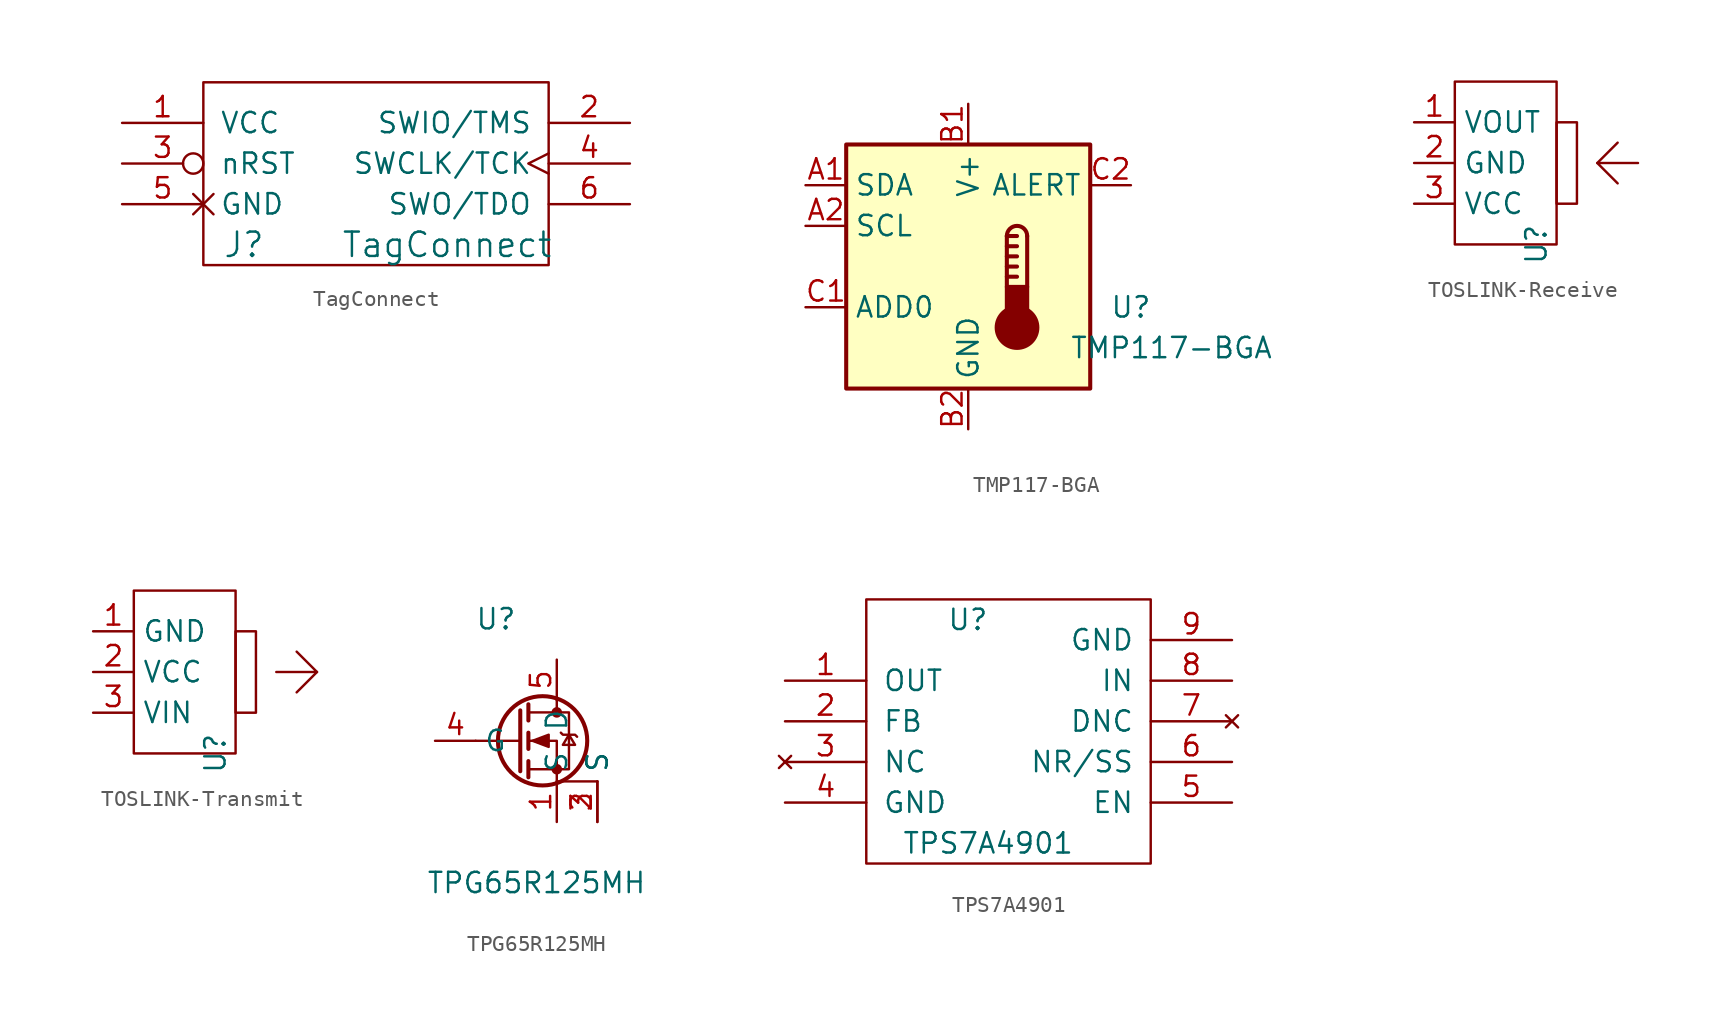
<source format=kicad_sym>
(kicad_symbol_lib
  (version 20220914)
  (generator kicad_symbol_editor)
  (symbol "TagConnect"
    (pin_names
      (offset 1.016))
    (property "Reference" "J"
      (at -7.62 -3.81 0)
      (effects (font (size 1.524 1.524))))
    (property "Value" "TagConnect"
      (at 5.08 -3.81 0)
      (effects (font (size 1.524 1.524))))
    (property "Footprint" ""
      (at -3.81 1.27 0)
      (effects (font (size 1.524 1.524))))
    (property "Datasheet" ""
      (at -3.81 1.27 0)
      (effects (font (size 1.524 1.524))))
    (symbol "TagConnect_0_1"
      (rectangle (start -10.16 6.35) (end 11.43 -5.08) (stroke (width 0) (type default)) (fill (type none))))
    (symbol "TagConnect_1_1"
      (pin input line (at -15.24 3.81 0) (length 5.08) (name "VCC" (effects (font (size 1.27 1.27)))) (number "1" (effects (font (size 1.27 1.27)))))
      (pin input line (at 16.51 3.81 180) (length 5.08) (name "SWIO/TMS" (effects (font (size 1.27 1.27)))) (number "2" (effects (font (size 1.27 1.27)))))
      (pin input inverted (at -15.24 1.27 0) (length 5.08) (name "nRST" (effects (font (size 1.27 1.27)))) (number "3" (effects (font (size 1.27 1.27)))))
      (pin input clock (at 16.51 1.27 180) (length 5.08) (name "SWCLK/TCK" (effects (font (size 1.27 1.27)))) (number "4" (effects (font (size 1.27 1.27)))))
      (pin power_in non_logic (at -15.24 -1.27 0) (length 5.08) (name "GND" (effects (font (size 1.27 1.27)))) (number "5" (effects (font (size 1.27 1.27)))))
      (pin input line (at 16.51 -1.27 180) (length 5.08) (name "SWO/TDO" (effects (font (size 1.27 1.27)))) (number "6" (effects (font (size 1.27 1.27)))))))
  (symbol "TMP117-BGA"
    (property "Reference" "U"
      (at 10.16 -2.54 0)
      (effects (font (size 1.27 1.27))))
    (property "Value" "TMP117-BGA"
      (at 12.7 -5.08 0)
      (effects (font (size 1.27 1.27))))
    (symbol "TMP117-BGA_0_1"
      (rectangle (start -7.62 7.62) (end 7.62 -7.62) (stroke (width 0.254) (type default)) (fill (type background))))
    (symbol "TMP117-BGA_1_1"
      (polyline (pts (xy 2.413 -0.635) (xy 3.048 -0.635)) (stroke (width 0.254) (type default)) (fill (type none)))
      (polyline (pts (xy 2.413 0) (xy 3.048 0)) (stroke (width 0.254) (type default)) (fill (type none)))
      (polyline (pts (xy 2.413 0.635) (xy 3.048 0.635)) (stroke (width 0.254) (type default)) (fill (type none)))
      (polyline (pts (xy 2.413 1.27) (xy 3.048 1.27)) (stroke (width 0.254) (type default)) (fill (type none)))
      (polyline (pts (xy 2.413 1.905) (xy 2.413 -1.27)) (stroke (width 0.254) (type default)) (fill (type none)))
      (polyline (pts (xy 2.413 1.905) (xy 3.048 1.905)) (stroke (width 0.254) (type default)) (fill (type none)))
      (polyline (pts (xy 3.683 1.905) (xy 3.683 -1.27)) (stroke (width 0.254) (type default)) (fill (type none)))
      (circle (center 3.048 -3.81) (radius 1.27) (stroke (width 0.254) (type default)) (fill (type outline)))
      (rectangle (start 3.683 -3.175) (end 2.413 -1.27) (stroke (width 0.254) (type default)) (fill (type outline)))
      (arc (start 3.683 1.905) (mid 3.048 2.5373) (end 2.413 1.905) (stroke (width 0.254) (type default)) (fill (type none)))
      (pin bidirectional line (at -10.16 5.08 0) (length 2.54) (name "SDA" (effects (font (size 1.27 1.27)))) (number "A1" (effects (font (size 1.27 1.27)))))
      (pin input line (at -10.16 2.54 0) (length 2.54) (name "SCL" (effects (font (size 1.27 1.27)))) (number "A2" (effects (font (size 1.27 1.27)))))
      (pin power_in line (at 0 10.16 270) (length 2.54) (name "V+" (effects (font (size 1.27 1.27)))) (number "B1" (effects (font (size 1.27 1.27)))))
      (pin power_in line (at 0 -10.16 90) (length 2.54) (name "GND" (effects (font (size 1.27 1.27)))) (number "B2" (effects (font (size 1.27 1.27)))))
      (pin input line (at -10.16 -2.54 0) (length 2.54) (name "ADD0" (effects (font (size 1.27 1.27)))) (number "C1" (effects (font (size 1.27 1.27)))))
      (pin open_collector line (at 10.16 5.08 180) (length 2.54) (name "ALERT" (effects (font (size 1.27 1.27)))) (number "C2" (effects (font (size 1.27 1.27)))))))
  (symbol "TOSLINK-Receive"
    (property "Reference" "U"
      (at 2.54 -5.08 90)
      (effects (font (size 1.27 1.27))))
    (property "Value" ""
      (at 2.54 -5.08 90)
      (effects (font (size 1.27 1.27))))
    (symbol "TOSLINK-Receive_0_1"
      (rectangle (start -2.54 5.08) (end 3.81 -5.08) (stroke (width 0) (type default)) (fill (type none)))
      (polyline (pts (xy 6.35 0) (xy 7.62 1.27)) (stroke (width 0) (type default)) (fill (type none)))
      (polyline (pts (xy 8.89 0) (xy 6.35 0) (xy 7.62 -1.27)) (stroke (width 0) (type default)) (fill (type none)))
      (rectangle (start 3.81 2.54) (end 5.08 -2.54) (stroke (width 0) (type default)) (fill (type none))))
    (symbol "TOSLINK-Receive_1_1"
      (pin output line (at -5.08 2.54 0) (length 2.54) (name "VOUT" (effects (font (size 1.27 1.27)))) (number "1" (effects (font (size 1.27 1.27)))))
      (pin power_in line (at -5.08 0 0) (length 2.54) (name "GND" (effects (font (size 1.27 1.27)))) (number "2" (effects (font (size 1.27 1.27)))))
      (pin power_in line (at -5.08 -2.54 0) (length 2.54) (name "VCC" (effects (font (size 1.27 1.27)))) (number "3" (effects (font (size 1.27 1.27)))))))
  (symbol "TOSLINK-Transmit"
    (property "Reference" "U"
      (at 2.54 -5.08 90)
      (effects (font (size 1.27 1.27))))
    (property "Value" ""
      (at 2.54 -5.08 90)
      (effects (font (size 1.27 1.27))))
    (symbol "TOSLINK-Transmit_0_1"
      (rectangle (start -2.54 5.08) (end 3.81 -5.08) (stroke (width 0) (type default)) (fill (type none)))
      (polyline (pts (xy 8.89 0) (xy 7.62 -1.27)) (stroke (width 0) (type default)) (fill (type none)))
      (polyline (pts (xy 6.35 0) (xy 8.89 0) (xy 7.62 1.27)) (stroke (width 0) (type default)) (fill (type none)))
      (rectangle (start 3.81 2.54) (end 5.08 -2.54) (stroke (width 0) (type default)) (fill (type none))))
    (symbol "TOSLINK-Transmit_1_1"
      (pin power_in line (at -5.08 2.54 0) (length 2.54) (name "GND" (effects (font (size 1.27 1.27)))) (number "1" (effects (font (size 1.27 1.27)))))
      (pin power_in line (at -5.08 0 0) (length 2.54) (name "VCC" (effects (font (size 1.27 1.27)))) (number "2" (effects (font (size 1.27 1.27)))))
      (pin input line (at -5.08 -2.54 0) (length 2.54) (name "VIN" (effects (font (size 1.27 1.27)))) (number "3" (effects (font (size 1.27 1.27)))))))
  (symbol "TPG65R125MH"
    (property "Reference" "U"
      (at -2.54 7.62 0)
      (effects (font (size 1.27 1.27))))
    (property "Value" "TPG65R125MH"
      (at 0 -8.89 0)
      (effects (font (size 1.27 1.27))))
    (symbol "TPG65R125MH_0_1"
      (polyline (pts (xy -1.016 0) (xy -3.81 0)) (stroke (width 0) (type default)) (fill (type none)))
      (polyline (pts (xy -1.016 1.905) (xy -1.016 -1.905)) (stroke (width 0.254) (type default)) (fill (type none)))
      (polyline (pts (xy -0.508 -1.27) (xy -0.508 -2.286)) (stroke (width 0.254) (type default)) (fill (type none)))
      (polyline (pts (xy -0.508 0.508) (xy -0.508 -0.508)) (stroke (width 0.254) (type default)) (fill (type none)))
      (polyline (pts (xy -0.508 2.286) (xy -0.508 1.27)) (stroke (width 0.254) (type default)) (fill (type none)))
      (polyline (pts (xy 1.27 2.54) (xy 1.27 1.778)) (stroke (width 0) (type default)) (fill (type none)))
      (polyline (pts (xy 3.81 -2.54) (xy 1.27 -2.54)) (stroke (width 0.152) (type default)) (fill (type none)))
      (polyline (pts (xy 1.27 -2.54) (xy 1.27 0) (xy -0.508 0)) (stroke (width 0) (type default)) (fill (type none)))
      (polyline (pts (xy -0.508 -1.778) (xy 2.032 -1.778) (xy 2.032 1.778) (xy -0.508 1.778)) (stroke (width 0) (type default)) (fill (type none)))
      (polyline (pts (xy -0.254 0) (xy 0.762 0.381) (xy 0.762 -0.381) (xy -0.254 0)) (stroke (width 0) (type default)) (fill (type outline)))
      (polyline (pts (xy 1.524 0.508) (xy 1.651 0.381) (xy 2.413 0.381) (xy 2.54 0.254)) (stroke (width 0) (type default)) (fill (type none)))
      (polyline (pts (xy 2.032 0.381) (xy 1.651 -0.254) (xy 2.413 -0.254) (xy 2.032 0.381)) (stroke (width 0) (type default)) (fill (type none)))
      (circle (center 0.381 0) (radius 2.794) (stroke (width 0.254) (type default)) (fill (type none)))
      (circle (center 1.27 -1.778) (radius 0.254) (stroke (width 0) (type default)) (fill (type outline)))
      (circle (center 1.27 1.778) (radius 0.254) (stroke (width 0) (type default)) (fill (type outline))))
    (symbol "TPG65R125MH_1_1"
      (pin passive line (at 1.27 -5.08 90) (length 2.54) (name "S" (effects (font (size 1.27 1.27)))) (number "1" (effects (font (size 1.27 1.27)))))
      (pin passive line (at 3.81 -5.08 90) (length 2.54) (name "S" (effects (font (size 1.27 1.27)))) (number "2" (effects (font (size 1.27 1.27)))))
      (pin passive line (at 3.81 -5.08 90) (length 2.54) (name "S" (effects (font (size 1.27 1.27)))) (number "3" (effects (font (size 1.27 1.27)))))
      (pin input line (at -6.35 0 0) (length 2.54) (name "G" (effects (font (size 1.27 1.27)))) (number "4" (effects (font (size 1.27 1.27)))))
      (pin passive line (at 1.27 5.08 270) (length 2.54) (name "D" (effects (font (size 1.27 1.27)))) (number "5" (effects (font (size 1.27 1.27)))))))
  (symbol "TPS7A4901"
    (pin_names
      (offset 1.016))
    (property "Reference" "U"
      (at -2.54 7.62 0)
      (effects (font (size 1.27 1.27))))
    (property "Value" "TPS7A4901"
      (at -1.27 -6.35 0)
      (effects (font (size 1.27 1.27))))
    (symbol "TPS7A4901_0_1"
      (rectangle (start -8.89 8.89) (end 8.89 -7.62) (stroke (width 0) (type default)) (fill (type none))))
    (symbol "TPS7A4901_1_1"
      (pin power_out line (at -13.97 3.81 0) (length 5.08) (name "OUT" (effects (font (size 1.27 1.27)))) (number "1" (effects (font (size 1.27 1.27)))))
      (pin input line (at -13.97 1.27 0) (length 5.08) (name "FB" (effects (font (size 1.27 1.27)))) (number "2" (effects (font (size 1.27 1.27)))))
      (pin no_connect line (at -13.97 -1.27 0) (length 5.08) (name "NC" (effects (font (size 1.27 1.27)))) (number "3" (effects (font (size 1.27 1.27)))))
      (pin power_in line (at -13.97 -3.81 0) (length 5.08) (name "GND" (effects (font (size 1.27 1.27)))) (number "4" (effects (font (size 1.27 1.27)))))
      (pin input line (at 13.97 -3.81 180) (length 5.08) (name "EN" (effects (font (size 1.27 1.27)))) (number "5" (effects (font (size 1.27 1.27)))))
      (pin input line (at 13.97 -1.27 180) (length 5.08) (name "NR/SS" (effects (font (size 1.27 1.27)))) (number "6" (effects (font (size 1.27 1.27)))))
      (pin no_connect line (at 13.97 1.27 180) (length 5.08) (name "DNC" (effects (font (size 1.27 1.27)))) (number "7" (effects (font (size 1.27 1.27)))))
      (pin power_in line (at 13.97 3.81 180) (length 5.08) (name "IN" (effects (font (size 1.27 1.27)))) (number "8" (effects (font (size 1.27 1.27)))))
      (pin power_in line (at 13.97 6.35 180) (length 5.08) (name "GND" (effects (font (size 1.27 1.27)))) (number "9" (effects (font (size 1.27 1.27))))))))
</source>
